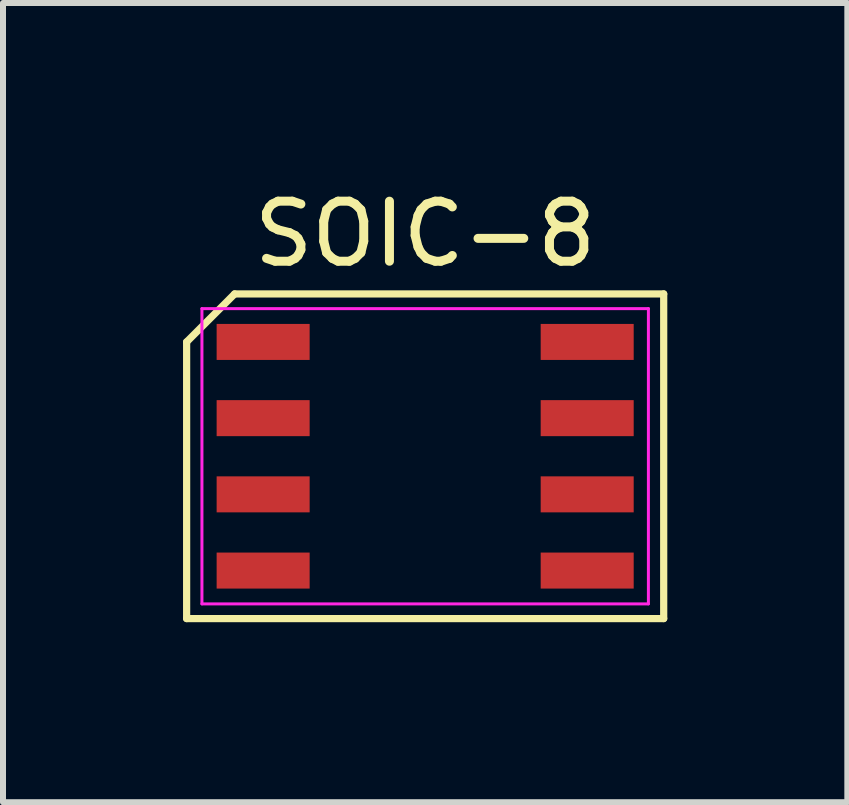
<source format=kicad_pcb>
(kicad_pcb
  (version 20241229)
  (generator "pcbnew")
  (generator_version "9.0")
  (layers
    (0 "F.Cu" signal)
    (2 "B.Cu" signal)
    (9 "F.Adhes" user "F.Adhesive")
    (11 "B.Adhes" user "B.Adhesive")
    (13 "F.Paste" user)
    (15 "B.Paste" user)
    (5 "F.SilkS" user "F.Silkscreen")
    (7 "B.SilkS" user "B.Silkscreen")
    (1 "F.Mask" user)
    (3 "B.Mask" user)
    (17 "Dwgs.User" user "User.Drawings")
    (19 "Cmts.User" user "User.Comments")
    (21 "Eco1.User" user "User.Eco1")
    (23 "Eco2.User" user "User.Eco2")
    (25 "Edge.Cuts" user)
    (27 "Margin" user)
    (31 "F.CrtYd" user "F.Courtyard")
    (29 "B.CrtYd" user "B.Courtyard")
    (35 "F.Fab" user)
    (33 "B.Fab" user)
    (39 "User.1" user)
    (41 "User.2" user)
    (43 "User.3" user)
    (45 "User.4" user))
  (footprint "SOIC-8"
    (layer "F.Cu")
    (at 4.035 1.553)
    (property "Reference" "SOIC-8" (at 0 -0.705 0) (layer "F.SilkS") (effects (font (size 1 1) (thickness 0.15))))
    (attr smd)
    (fp_line (start -3.975 1.095) (end -3.175 0.295) (stroke (width 0.12) (type solid)) (layer "F.SilkS"))
    (fp_line (start -3.975 5.705) (end -3.975 1.095) (stroke (width 0.12) (type solid)) (layer "F.SilkS"))
    (fp_line (start -3.175 0.295) (end 3.975 0.295) (stroke (width 0.12) (type solid)) (layer "F.SilkS"))
    (fp_line (start 3.975 0.295) (end 3.975 5.705) (stroke (width 0.12) (type solid)) (layer "F.SilkS"))
    (fp_line (start 3.975 5.705) (end -3.975 5.705) (stroke (width 0.12) (type solid)) (layer "F.SilkS"))
    (fp_line (start -3.72 0.54) (end 3.72 0.54) (stroke (width 0.05) (type solid)) (layer "F.CrtYd"))
    (fp_line (start -3.72 5.46) (end -3.72 0.54) (stroke (width 0.05) (type solid)) (layer "F.CrtYd"))
    (fp_line (start 3.72 0.54) (end 3.72 5.46) (stroke (width 0.05) (type solid)) (layer "F.CrtYd"))
    (fp_line (start 3.72 5.46) (end -3.72 5.46) (stroke (width 0.05) (type solid)) (layer "F.CrtYd"))
    (pad "1" smd rect (at -2.7 1.095 270) (size 0.6 1.55) (layers "F.Cu" "F.Mask" "F.Paste"))
    (pad "2" smd rect (at -2.7 2.365 270) (size 0.6 1.55) (layers "F.Cu" "F.Mask" "F.Paste"))
    (pad "3" smd rect (at -2.7 3.635 270) (size 0.6 1.55) (layers "F.Cu" "F.Mask" "F.Paste"))
    (pad "4" smd rect (at -2.7 4.905 270) (size 0.6 1.55) (layers "F.Cu" "F.Mask" "F.Paste"))
    (pad "5" smd rect (at 2.7 4.905 270) (size 0.6 1.55) (layers "F.Cu" "F.Mask" "F.Paste"))
    (pad "6" smd rect (at 2.7 3.635 270) (size 0.6 1.55) (layers "F.Cu" "F.Mask" "F.Paste"))
    (pad "7" smd rect (at 2.7 2.365 270) (size 0.6 1.55) (layers "F.Cu" "F.Mask" "F.Paste"))
    (pad "8" smd rect (at 2.7 1.095 270) (size 0.6 1.55) (layers "F.Cu" "F.Mask" "F.Paste")))
  (gr_rect
    (start -3 -3)
    (end 11.07 10.318)
    (stroke (width 0.1) (type default))
    (fill no)
    (layer "Edge.Cuts")))
</source>
